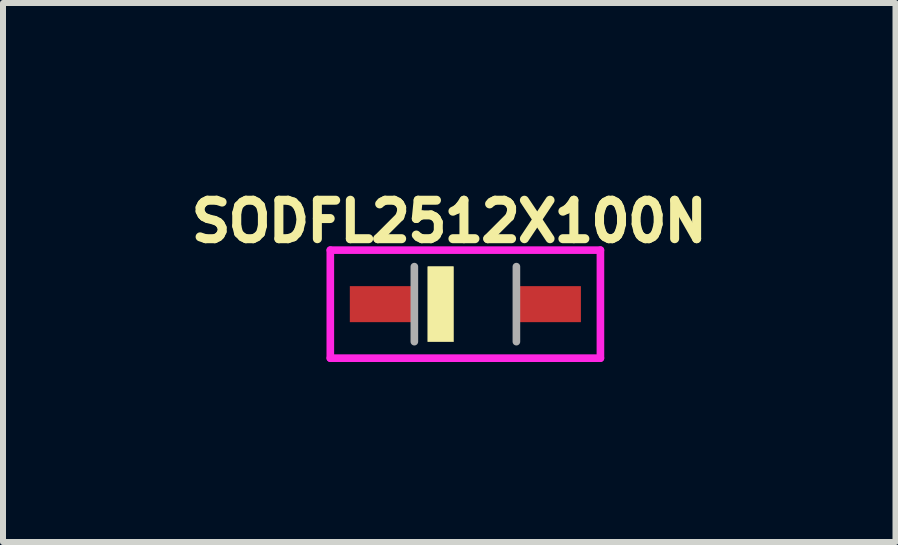
<source format=kicad_pcb>
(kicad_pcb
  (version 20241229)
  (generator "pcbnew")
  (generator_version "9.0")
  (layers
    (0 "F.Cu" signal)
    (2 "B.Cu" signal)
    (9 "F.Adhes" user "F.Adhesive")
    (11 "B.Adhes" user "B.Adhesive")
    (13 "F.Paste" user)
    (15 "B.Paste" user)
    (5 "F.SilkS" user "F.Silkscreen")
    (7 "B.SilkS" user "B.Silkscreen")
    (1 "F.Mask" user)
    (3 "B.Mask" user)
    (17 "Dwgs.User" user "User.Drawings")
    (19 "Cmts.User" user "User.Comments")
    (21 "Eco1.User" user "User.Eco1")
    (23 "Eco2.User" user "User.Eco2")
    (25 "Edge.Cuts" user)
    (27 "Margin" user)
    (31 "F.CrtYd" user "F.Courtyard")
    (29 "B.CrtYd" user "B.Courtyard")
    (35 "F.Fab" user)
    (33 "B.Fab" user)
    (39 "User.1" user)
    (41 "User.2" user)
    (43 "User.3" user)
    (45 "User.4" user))
  (footprint "SODFL2512X100N"
    (layer "F.Cu")
    (at 4.703 2.017)
    (property "Reference" "SODFL2512X100N" (at -0.268 -1.379 0) (layer "F.SilkS") (effects (font (size 0.641 0.641) (thickness 0.15))))
    (attr smd)
    (fp_poly (pts (xy -0.625 -0.625) (xy -0.2 -0.625) (xy -0.2 0.625) (xy -0.625 0.625)) (stroke (width 0.01) (type solid)) (fill yes) (layer "F.SilkS"))
    (fp_line (start -2.25 -0.9) (end -2.25 0.9) (stroke (width 0.127) (type solid)) (layer "F.CrtYd"))
    (fp_line (start -2.25 0.9) (end 2.25 0.9) (stroke (width 0.127) (type solid)) (layer "F.CrtYd"))
    (fp_line (start 2.25 -0.9) (end -2.25 -0.9) (stroke (width 0.127) (type solid)) (layer "F.CrtYd"))
    (fp_line (start 2.25 0.9) (end 2.25 -0.9) (stroke (width 0.127) (type solid)) (layer "F.CrtYd"))
    (fp_line (start -0.85 0.625) (end -0.85 -0.625) (stroke (width 0.127) (type solid)) (layer "F.Fab"))
    (fp_line (start 0.85 -0.625) (end 0.85 0.625) (stroke (width 0.127) (type solid)) (layer "F.Fab"))
    (pad "A" smd rect (at 1.4 0) (size 1.05 0.6) (layers "F.Cu" "F.Mask" "F.Paste"))
    (pad "C" smd rect (at -1.4 0) (size 1.05 0.6) (layers "F.Cu" "F.Mask" "F.Paste")))
  (gr_rect
    (start -3 -3)
    (end 11.869 5.98)
    (stroke (width 0.1) (type default))
    (fill no)
    (layer "Edge.Cuts")))
</source>
